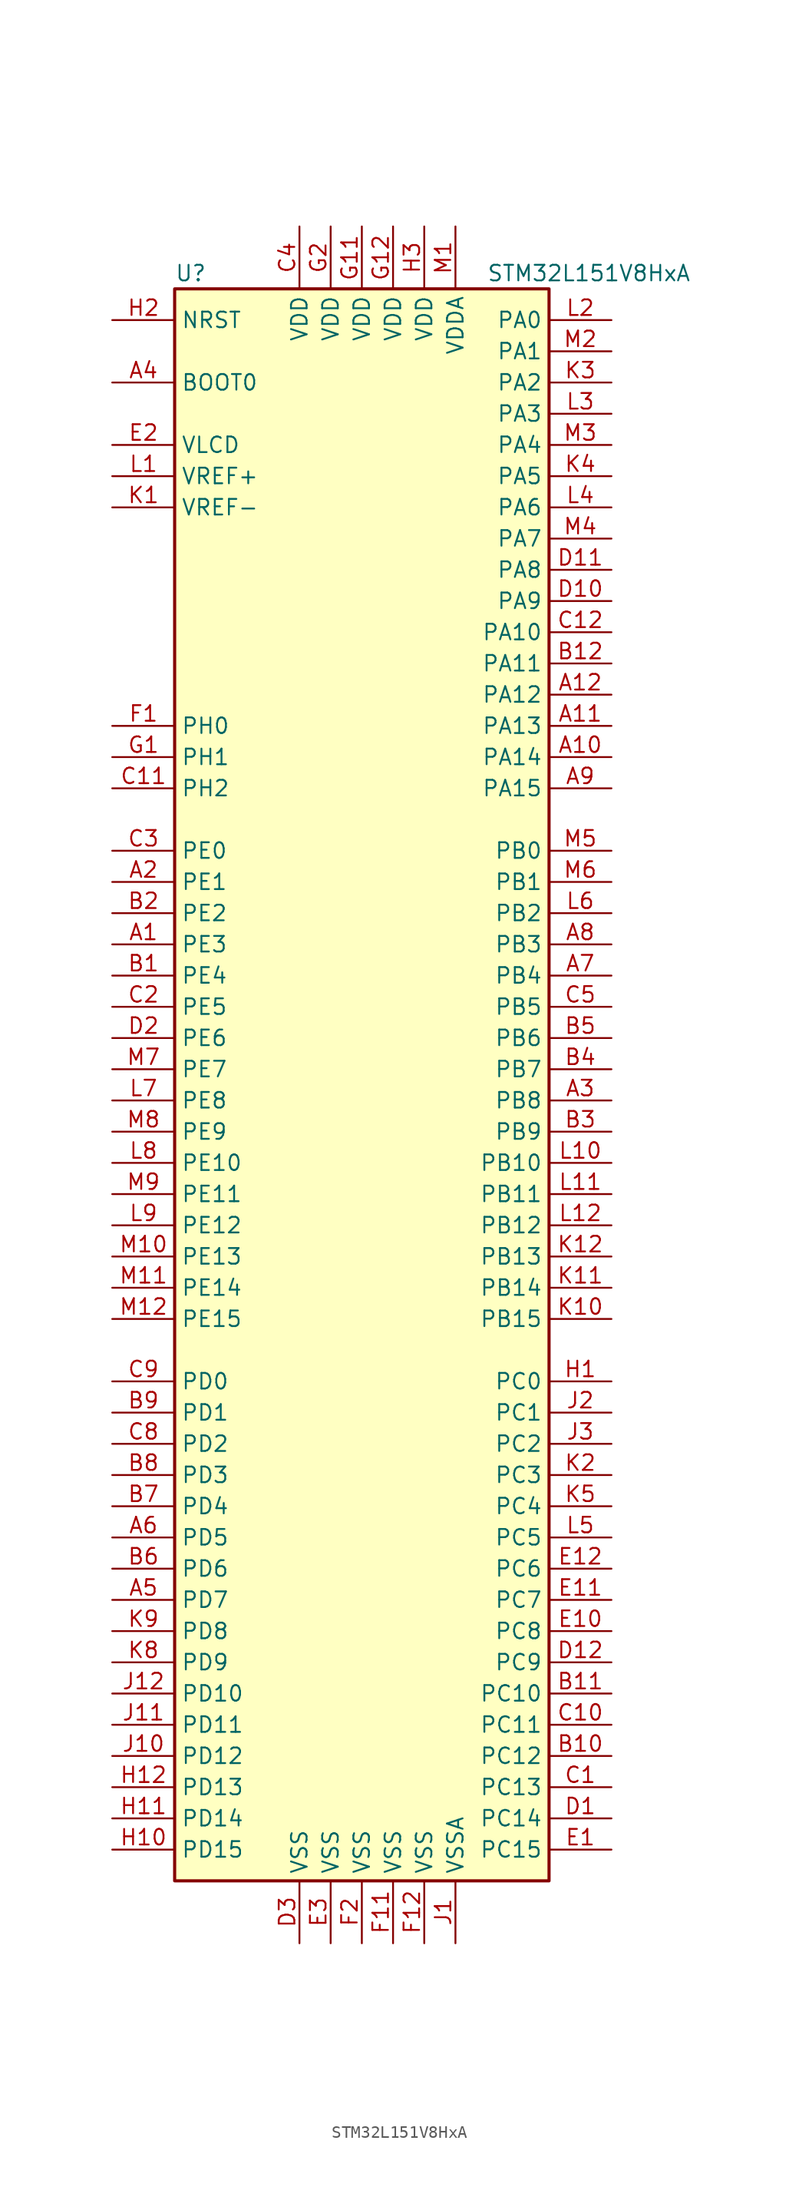
<source format=kicad_sym>
(kicad_symbol_lib
  (version 20201005)
  (generator kicad_symbol_editor)
  (symbol "STM32L151V8HxA"
    (property "Reference" "U"
      (at -15.24 64.77 0)
      (effects (font (size 1.27 1.27)) (justify left)))
    (property "Value" "STM32L151V8HxA"
      (at 10.16 64.77 0)
      (effects (font (size 1.27 1.27)) (justify left)))
    (symbol "STM32L151V8HxA_0_1"
      (rectangle (start -15.24 -66.04) (end 15.24 63.5) (stroke (width 0.254)) (fill (type background))))
    (symbol "STM32L151V8HxA_1_1"
      (pin input line (at -20.32 55.88 0) (length 5.08) (name "BOOT0" (effects (font (size 1.27 1.27)))) (number "A4" (effects (font (size 1.27 1.27)))))
      (pin input line (at -20.32 60.96 0) (length 5.08) (name "NRST" (effects (font (size 1.27 1.27)))) (number "H2" (effects (font (size 1.27 1.27)))))
      (pin bidirectional line (at 20.32 60.96 180) (length 5.08) (name "PA0" (effects (font (size 1.27 1.27)))) (number "L2" (effects (font (size 1.27 1.27)))))
      (pin bidirectional line (at 20.32 58.42 180) (length 5.08) (name "PA1" (effects (font (size 1.27 1.27)))) (number "M2" (effects (font (size 1.27 1.27)))))
      (pin bidirectional line (at 20.32 35.56 180) (length 5.08) (name "PA10" (effects (font (size 1.27 1.27)))) (number "C12" (effects (font (size 1.27 1.27)))))
      (pin bidirectional line (at 20.32 33.02 180) (length 5.08) (name "PA11" (effects (font (size 1.27 1.27)))) (number "B12" (effects (font (size 1.27 1.27)))))
      (pin bidirectional line (at 20.32 30.48 180) (length 5.08) (name "PA12" (effects (font (size 1.27 1.27)))) (number "A12" (effects (font (size 1.27 1.27)))))
      (pin bidirectional line (at 20.32 27.94 180) (length 5.08) (name "PA13" (effects (font (size 1.27 1.27)))) (number "A11" (effects (font (size 1.27 1.27)))))
      (pin bidirectional line (at 20.32 25.4 180) (length 5.08) (name "PA14" (effects (font (size 1.27 1.27)))) (number "A10" (effects (font (size 1.27 1.27)))))
      (pin bidirectional line (at 20.32 22.86 180) (length 5.08) (name "PA15" (effects (font (size 1.27 1.27)))) (number "A9" (effects (font (size 1.27 1.27)))))
      (pin bidirectional line (at 20.32 55.88 180) (length 5.08) (name "PA2" (effects (font (size 1.27 1.27)))) (number "K3" (effects (font (size 1.27 1.27)))))
      (pin bidirectional line (at 20.32 53.34 180) (length 5.08) (name "PA3" (effects (font (size 1.27 1.27)))) (number "L3" (effects (font (size 1.27 1.27)))))
      (pin bidirectional line (at 20.32 50.8 180) (length 5.08) (name "PA4" (effects (font (size 1.27 1.27)))) (number "M3" (effects (font (size 1.27 1.27)))))
      (pin bidirectional line (at 20.32 48.26 180) (length 5.08) (name "PA5" (effects (font (size 1.27 1.27)))) (number "K4" (effects (font (size 1.27 1.27)))))
      (pin bidirectional line (at 20.32 45.72 180) (length 5.08) (name "PA6" (effects (font (size 1.27 1.27)))) (number "L4" (effects (font (size 1.27 1.27)))))
      (pin bidirectional line (at 20.32 43.18 180) (length 5.08) (name "PA7" (effects (font (size 1.27 1.27)))) (number "M4" (effects (font (size 1.27 1.27)))))
      (pin bidirectional line (at 20.32 40.64 180) (length 5.08) (name "PA8" (effects (font (size 1.27 1.27)))) (number "D11" (effects (font (size 1.27 1.27)))))
      (pin bidirectional line (at 20.32 38.1 180) (length 5.08) (name "PA9" (effects (font (size 1.27 1.27)))) (number "D10" (effects (font (size 1.27 1.27)))))
      (pin bidirectional line (at 20.32 17.78 180) (length 5.08) (name "PB0" (effects (font (size 1.27 1.27)))) (number "M5" (effects (font (size 1.27 1.27)))))
      (pin bidirectional line (at 20.32 15.24 180) (length 5.08) (name "PB1" (effects (font (size 1.27 1.27)))) (number "M6" (effects (font (size 1.27 1.27)))))
      (pin bidirectional line (at 20.32 -7.62 180) (length 5.08) (name "PB10" (effects (font (size 1.27 1.27)))) (number "L10" (effects (font (size 1.27 1.27)))))
      (pin bidirectional line (at 20.32 -10.16 180) (length 5.08) (name "PB11" (effects (font (size 1.27 1.27)))) (number "L11" (effects (font (size 1.27 1.27)))))
      (pin bidirectional line (at 20.32 -12.7 180) (length 5.08) (name "PB12" (effects (font (size 1.27 1.27)))) (number "L12" (effects (font (size 1.27 1.27)))))
      (pin bidirectional line (at 20.32 -15.24 180) (length 5.08) (name "PB13" (effects (font (size 1.27 1.27)))) (number "K12" (effects (font (size 1.27 1.27)))))
      (pin bidirectional line (at 20.32 -17.78 180) (length 5.08) (name "PB14" (effects (font (size 1.27 1.27)))) (number "K11" (effects (font (size 1.27 1.27)))))
      (pin bidirectional line (at 20.32 -20.32 180) (length 5.08) (name "PB15" (effects (font (size 1.27 1.27)))) (number "K10" (effects (font (size 1.27 1.27)))))
      (pin bidirectional line (at 20.32 12.7 180) (length 5.08) (name "PB2" (effects (font (size 1.27 1.27)))) (number "L6" (effects (font (size 1.27 1.27)))))
      (pin bidirectional line (at 20.32 10.16 180) (length 5.08) (name "PB3" (effects (font (size 1.27 1.27)))) (number "A8" (effects (font (size 1.27 1.27)))))
      (pin bidirectional line (at 20.32 7.62 180) (length 5.08) (name "PB4" (effects (font (size 1.27 1.27)))) (number "A7" (effects (font (size 1.27 1.27)))))
      (pin bidirectional line (at 20.32 5.08 180) (length 5.08) (name "PB5" (effects (font (size 1.27 1.27)))) (number "C5" (effects (font (size 1.27 1.27)))))
      (pin bidirectional line (at 20.32 2.54 180) (length 5.08) (name "PB6" (effects (font (size 1.27 1.27)))) (number "B5" (effects (font (size 1.27 1.27)))))
      (pin bidirectional line (at 20.32 0 180) (length 5.08) (name "PB7" (effects (font (size 1.27 1.27)))) (number "B4" (effects (font (size 1.27 1.27)))))
      (pin bidirectional line (at 20.32 -2.54 180) (length 5.08) (name "PB8" (effects (font (size 1.27 1.27)))) (number "A3" (effects (font (size 1.27 1.27)))))
      (pin bidirectional line (at 20.32 -5.08 180) (length 5.08) (name "PB9" (effects (font (size 1.27 1.27)))) (number "B3" (effects (font (size 1.27 1.27)))))
      (pin bidirectional line (at 20.32 -25.4 180) (length 5.08) (name "PC0" (effects (font (size 1.27 1.27)))) (number "H1" (effects (font (size 1.27 1.27)))))
      (pin bidirectional line (at 20.32 -27.94 180) (length 5.08) (name "PC1" (effects (font (size 1.27 1.27)))) (number "J2" (effects (font (size 1.27 1.27)))))
      (pin bidirectional line (at 20.32 -50.8 180) (length 5.08) (name "PC10" (effects (font (size 1.27 1.27)))) (number "B11" (effects (font (size 1.27 1.27)))))
      (pin bidirectional line (at 20.32 -53.34 180) (length 5.08) (name "PC11" (effects (font (size 1.27 1.27)))) (number "C10" (effects (font (size 1.27 1.27)))))
      (pin bidirectional line (at 20.32 -55.88 180) (length 5.08) (name "PC12" (effects (font (size 1.27 1.27)))) (number "B10" (effects (font (size 1.27 1.27)))))
      (pin bidirectional line (at 20.32 -58.42 180) (length 5.08) (name "PC13" (effects (font (size 1.27 1.27)))) (number "C1" (effects (font (size 1.27 1.27)))))
      (pin bidirectional line (at 20.32 -60.96 180) (length 5.08) (name "PC14" (effects (font (size 1.27 1.27)))) (number "D1" (effects (font (size 1.27 1.27)))))
      (pin bidirectional line (at 20.32 -63.5 180) (length 5.08) (name "PC15" (effects (font (size 1.27 1.27)))) (number "E1" (effects (font (size 1.27 1.27)))))
      (pin bidirectional line (at 20.32 -30.48 180) (length 5.08) (name "PC2" (effects (font (size 1.27 1.27)))) (number "J3" (effects (font (size 1.27 1.27)))))
      (pin bidirectional line (at 20.32 -33.02 180) (length 5.08) (name "PC3" (effects (font (size 1.27 1.27)))) (number "K2" (effects (font (size 1.27 1.27)))))
      (pin bidirectional line (at 20.32 -35.56 180) (length 5.08) (name "PC4" (effects (font (size 1.27 1.27)))) (number "K5" (effects (font (size 1.27 1.27)))))
      (pin bidirectional line (at 20.32 -38.1 180) (length 5.08) (name "PC5" (effects (font (size 1.27 1.27)))) (number "L5" (effects (font (size 1.27 1.27)))))
      (pin bidirectional line (at 20.32 -40.64 180) (length 5.08) (name "PC6" (effects (font (size 1.27 1.27)))) (number "E12" (effects (font (size 1.27 1.27)))))
      (pin bidirectional line (at 20.32 -43.18 180) (length 5.08) (name "PC7" (effects (font (size 1.27 1.27)))) (number "E11" (effects (font (size 1.27 1.27)))))
      (pin bidirectional line (at 20.32 -45.72 180) (length 5.08) (name "PC8" (effects (font (size 1.27 1.27)))) (number "E10" (effects (font (size 1.27 1.27)))))
      (pin bidirectional line (at 20.32 -48.26 180) (length 5.08) (name "PC9" (effects (font (size 1.27 1.27)))) (number "D12" (effects (font (size 1.27 1.27)))))
      (pin bidirectional line (at -20.32 -25.4 0) (length 5.08) (name "PD0" (effects (font (size 1.27 1.27)))) (number "C9" (effects (font (size 1.27 1.27)))))
      (pin bidirectional line (at -20.32 -27.94 0) (length 5.08) (name "PD1" (effects (font (size 1.27 1.27)))) (number "B9" (effects (font (size 1.27 1.27)))))
      (pin bidirectional line (at -20.32 -50.8 0) (length 5.08) (name "PD10" (effects (font (size 1.27 1.27)))) (number "J12" (effects (font (size 1.27 1.27)))))
      (pin bidirectional line (at -20.32 -53.34 0) (length 5.08) (name "PD11" (effects (font (size 1.27 1.27)))) (number "J11" (effects (font (size 1.27 1.27)))))
      (pin bidirectional line (at -20.32 -55.88 0) (length 5.08) (name "PD12" (effects (font (size 1.27 1.27)))) (number "J10" (effects (font (size 1.27 1.27)))))
      (pin bidirectional line (at -20.32 -58.42 0) (length 5.08) (name "PD13" (effects (font (size 1.27 1.27)))) (number "H12" (effects (font (size 1.27 1.27)))))
      (pin bidirectional line (at -20.32 -60.96 0) (length 5.08) (name "PD14" (effects (font (size 1.27 1.27)))) (number "H11" (effects (font (size 1.27 1.27)))))
      (pin bidirectional line (at -20.32 -63.5 0) (length 5.08) (name "PD15" (effects (font (size 1.27 1.27)))) (number "H10" (effects (font (size 1.27 1.27)))))
      (pin bidirectional line (at -20.32 -30.48 0) (length 5.08) (name "PD2" (effects (font (size 1.27 1.27)))) (number "C8" (effects (font (size 1.27 1.27)))))
      (pin bidirectional line (at -20.32 -33.02 0) (length 5.08) (name "PD3" (effects (font (size 1.27 1.27)))) (number "B8" (effects (font (size 1.27 1.27)))))
      (pin bidirectional line (at -20.32 -35.56 0) (length 5.08) (name "PD4" (effects (font (size 1.27 1.27)))) (number "B7" (effects (font (size 1.27 1.27)))))
      (pin bidirectional line (at -20.32 -38.1 0) (length 5.08) (name "PD5" (effects (font (size 1.27 1.27)))) (number "A6" (effects (font (size 1.27 1.27)))))
      (pin bidirectional line (at -20.32 -40.64 0) (length 5.08) (name "PD6" (effects (font (size 1.27 1.27)))) (number "B6" (effects (font (size 1.27 1.27)))))
      (pin bidirectional line (at -20.32 -43.18 0) (length 5.08) (name "PD7" (effects (font (size 1.27 1.27)))) (number "A5" (effects (font (size 1.27 1.27)))))
      (pin bidirectional line (at -20.32 -45.72 0) (length 5.08) (name "PD8" (effects (font (size 1.27 1.27)))) (number "K9" (effects (font (size 1.27 1.27)))))
      (pin bidirectional line (at -20.32 -48.26 0) (length 5.08) (name "PD9" (effects (font (size 1.27 1.27)))) (number "K8" (effects (font (size 1.27 1.27)))))
      (pin bidirectional line (at -20.32 17.78 0) (length 5.08) (name "PE0" (effects (font (size 1.27 1.27)))) (number "C3" (effects (font (size 1.27 1.27)))))
      (pin bidirectional line (at -20.32 15.24 0) (length 5.08) (name "PE1" (effects (font (size 1.27 1.27)))) (number "A2" (effects (font (size 1.27 1.27)))))
      (pin bidirectional line (at -20.32 -7.62 0) (length 5.08) (name "PE10" (effects (font (size 1.27 1.27)))) (number "L8" (effects (font (size 1.27 1.27)))))
      (pin bidirectional line (at -20.32 -10.16 0) (length 5.08) (name "PE11" (effects (font (size 1.27 1.27)))) (number "M9" (effects (font (size 1.27 1.27)))))
      (pin bidirectional line (at -20.32 -12.7 0) (length 5.08) (name "PE12" (effects (font (size 1.27 1.27)))) (number "L9" (effects (font (size 1.27 1.27)))))
      (pin bidirectional line (at -20.32 -15.24 0) (length 5.08) (name "PE13" (effects (font (size 1.27 1.27)))) (number "M10" (effects (font (size 1.27 1.27)))))
      (pin bidirectional line (at -20.32 -17.78 0) (length 5.08) (name "PE14" (effects (font (size 1.27 1.27)))) (number "M11" (effects (font (size 1.27 1.27)))))
      (pin bidirectional line (at -20.32 -20.32 0) (length 5.08) (name "PE15" (effects (font (size 1.27 1.27)))) (number "M12" (effects (font (size 1.27 1.27)))))
      (pin bidirectional line (at -20.32 12.7 0) (length 5.08) (name "PE2" (effects (font (size 1.27 1.27)))) (number "B2" (effects (font (size 1.27 1.27)))))
      (pin bidirectional line (at -20.32 10.16 0) (length 5.08) (name "PE3" (effects (font (size 1.27 1.27)))) (number "A1" (effects (font (size 1.27 1.27)))))
      (pin bidirectional line (at -20.32 7.62 0) (length 5.08) (name "PE4" (effects (font (size 1.27 1.27)))) (number "B1" (effects (font (size 1.27 1.27)))))
      (pin bidirectional line (at -20.32 5.08 0) (length 5.08) (name "PE5" (effects (font (size 1.27 1.27)))) (number "C2" (effects (font (size 1.27 1.27)))))
      (pin bidirectional line (at -20.32 2.54 0) (length 5.08) (name "PE6" (effects (font (size 1.27 1.27)))) (number "D2" (effects (font (size 1.27 1.27)))))
      (pin bidirectional line (at -20.32 0 0) (length 5.08) (name "PE7" (effects (font (size 1.27 1.27)))) (number "M7" (effects (font (size 1.27 1.27)))))
      (pin bidirectional line (at -20.32 -2.54 0) (length 5.08) (name "PE8" (effects (font (size 1.27 1.27)))) (number "L7" (effects (font (size 1.27 1.27)))))
      (pin bidirectional line (at -20.32 -5.08 0) (length 5.08) (name "PE9" (effects (font (size 1.27 1.27)))) (number "M8" (effects (font (size 1.27 1.27)))))
      (pin input line (at -20.32 27.94 0) (length 5.08) (name "PH0" (effects (font (size 1.27 1.27)))) (number "F1" (effects (font (size 1.27 1.27)))))
      (pin input line (at -20.32 25.4 0) (length 5.08) (name "PH1" (effects (font (size 1.27 1.27)))) (number "G1" (effects (font (size 1.27 1.27)))))
      (pin bidirectional line (at -20.32 22.86 0) (length 5.08) (name "PH2" (effects (font (size 1.27 1.27)))) (number "C11" (effects (font (size 1.27 1.27)))))
      (pin power_in line (at -5.08 68.58 270) (length 5.08) (name "VDD" (effects (font (size 1.27 1.27)))) (number "C4" (effects (font (size 1.27 1.27)))))
      (pin power_in line (at 0 68.58 270) (length 5.08) (name "VDD" (effects (font (size 1.27 1.27)))) (number "G11" (effects (font (size 1.27 1.27)))))
      (pin power_in line (at 2.54 68.58 270) (length 5.08) (name "VDD" (effects (font (size 1.27 1.27)))) (number "G12" (effects (font (size 1.27 1.27)))))
      (pin power_in line (at -2.54 68.58 270) (length 5.08) (name "VDD" (effects (font (size 1.27 1.27)))) (number "G2" (effects (font (size 1.27 1.27)))))
      (pin power_in line (at 5.08 68.58 270) (length 5.08) (name "VDD" (effects (font (size 1.27 1.27)))) (number "H3" (effects (font (size 1.27 1.27)))))
      (pin power_in line (at 7.62 68.58 270) (length 5.08) (name "VDDA" (effects (font (size 1.27 1.27)))) (number "M1" (effects (font (size 1.27 1.27)))))
      (pin power_in line (at -20.32 50.8 0) (length 5.08) (name "VLCD" (effects (font (size 1.27 1.27)))) (number "E2" (effects (font (size 1.27 1.27)))))
      (pin power_in line (at -20.32 48.26 0) (length 5.08) (name "VREF+" (effects (font (size 1.27 1.27)))) (number "L1" (effects (font (size 1.27 1.27)))))
      (pin power_in line (at -20.32 45.72 0) (length 5.08) (name "VREF-" (effects (font (size 1.27 1.27)))) (number "K1" (effects (font (size 1.27 1.27)))))
      (pin power_in line (at -5.08 -71.12 90) (length 5.08) (name "VSS" (effects (font (size 1.27 1.27)))) (number "D3" (effects (font (size 1.27 1.27)))))
      (pin power_in line (at -2.54 -71.12 90) (length 5.08) (name "VSS" (effects (font (size 1.27 1.27)))) (number "E3" (effects (font (size 1.27 1.27)))))
      (pin power_in line (at 2.54 -71.12 90) (length 5.08) (name "VSS" (effects (font (size 1.27 1.27)))) (number "F11" (effects (font (size 1.27 1.27)))))
      (pin power_in line (at 5.08 -71.12 90) (length 5.08) (name "VSS" (effects (font (size 1.27 1.27)))) (number "F12" (effects (font (size 1.27 1.27)))))
      (pin power_in line (at 0 -71.12 90) (length 5.08) (name "VSS" (effects (font (size 1.27 1.27)))) (number "F2" (effects (font (size 1.27 1.27)))))
      (pin power_in line (at 7.62 -71.12 90) (length 5.08) (name "VSSA" (effects (font (size 1.27 1.27)))) (number "J1" (effects (font (size 1.27 1.27))))))))
</source>
